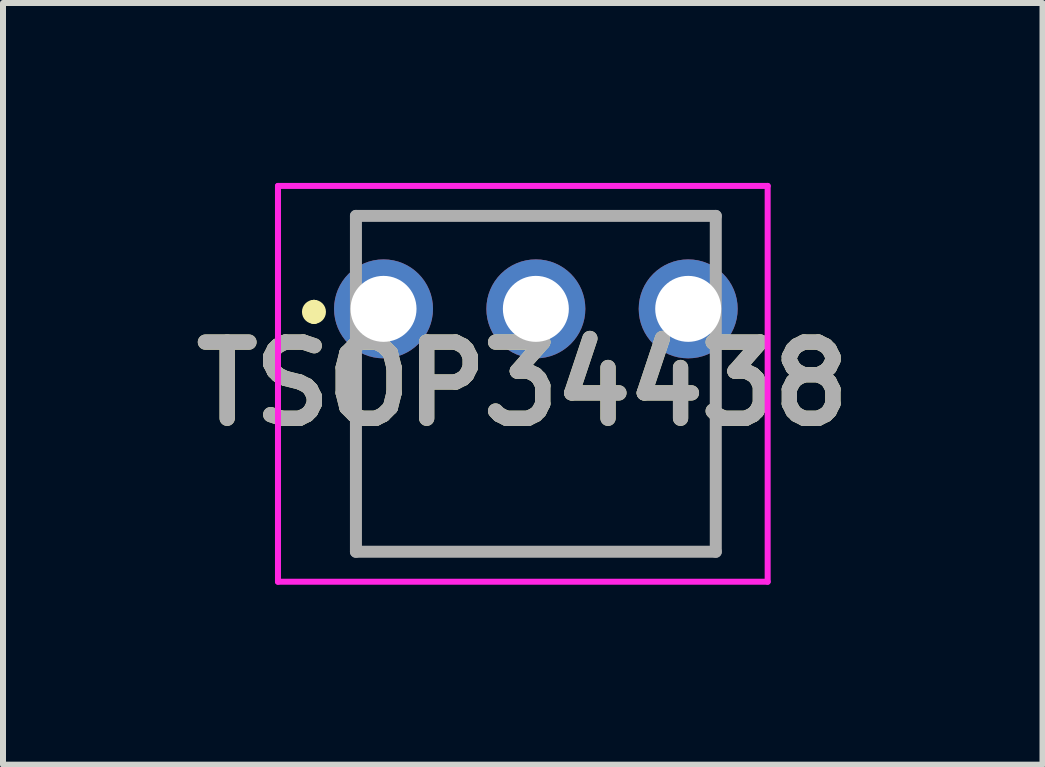
<source format=kicad_pcb>
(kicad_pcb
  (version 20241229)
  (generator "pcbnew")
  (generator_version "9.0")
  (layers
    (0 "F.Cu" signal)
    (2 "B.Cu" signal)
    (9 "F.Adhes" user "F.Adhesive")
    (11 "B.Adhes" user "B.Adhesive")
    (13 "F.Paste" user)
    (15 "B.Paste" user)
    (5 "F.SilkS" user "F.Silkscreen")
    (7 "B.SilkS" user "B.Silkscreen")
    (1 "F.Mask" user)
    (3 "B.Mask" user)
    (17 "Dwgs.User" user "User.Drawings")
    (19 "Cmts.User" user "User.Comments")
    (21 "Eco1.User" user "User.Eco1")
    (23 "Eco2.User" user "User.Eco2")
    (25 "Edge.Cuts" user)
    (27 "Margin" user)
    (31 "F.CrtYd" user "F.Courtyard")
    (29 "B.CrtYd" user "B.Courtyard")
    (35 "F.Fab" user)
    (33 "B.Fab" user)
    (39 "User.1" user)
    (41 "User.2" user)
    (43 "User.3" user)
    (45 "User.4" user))
  (footprint "TSOP34438"
    (layer "F.Cu")
    (at 3.345 2.1)
    (property "Reference" "TSOP34438" (at 2.322 1.25 0) (layer "F.SilkS") (effects (font (size 1.27 1.27) (thickness 0.254))))
    (attr through_hole)
    (fp_line (start -1.16 -0.05) (end -1.16 -0.05) (stroke (width 0.2) (type solid)) (layer "F.SilkS"))
    (fp_line (start -1.16 0.15) (end -1.16 0.15) (stroke (width 0.2) (type solid)) (layer "F.SilkS"))
    (fp_line (start -0.46 -1.55) (end 5.54 -1.55) (stroke (width 0.1) (type solid)) (layer "F.SilkS"))
    (fp_line (start -0.46 -1.05) (end -0.46 -1.55) (stroke (width 0.1) (type solid)) (layer "F.SilkS"))
    (fp_line (start -0.46 1.45) (end -0.46 4.05) (stroke (width 0.1) (type solid)) (layer "F.SilkS"))
    (fp_line (start -0.46 4.05) (end 5.54 4.05) (stroke (width 0.1) (type solid)) (layer "F.SilkS"))
    (fp_line (start 5.54 -1.55) (end 5.54 -1.05) (stroke (width 0.1) (type solid)) (layer "F.SilkS"))
    (fp_line (start 5.54 4.05) (end 5.54 1.45) (stroke (width 0.1) (type solid)) (layer "F.SilkS"))
    (fp_arc (start -1.16 -0.05) (mid -1.06 0.05) (end -1.16 0.15) (stroke (width 0.2) (type solid)) (layer "F.SilkS"))
    (fp_arc (start -1.16 0.15) (mid -1.26 0.05) (end -1.16 -0.05) (stroke (width 0.2) (type solid)) (layer "F.SilkS"))
    (fp_line (start -1.76 -2.05) (end 6.405 -2.05) (stroke (width 0.1) (type solid)) (layer "F.CrtYd"))
    (fp_line (start -1.76 4.55) (end -1.76 -2.05) (stroke (width 0.1) (type solid)) (layer "F.CrtYd"))
    (fp_line (start 6.405 -2.05) (end 6.405 4.55) (stroke (width 0.1) (type solid)) (layer "F.CrtYd"))
    (fp_line (start 6.405 4.55) (end -1.76 4.55) (stroke (width 0.1) (type solid)) (layer "F.CrtYd"))
    (fp_line (start -0.46 -1.55) (end 5.54 -1.55) (stroke (width 0.2) (type solid)) (layer "F.Fab"))
    (fp_line (start -0.46 4.05) (end -0.46 -1.55) (stroke (width 0.2) (type solid)) (layer "F.Fab"))
    (fp_line (start 5.54 -1.55) (end 5.54 4.05) (stroke (width 0.2) (type solid)) (layer "F.Fab"))
    (fp_line (start 5.54 4.05) (end -0.46 4.05) (stroke (width 0.2) (type solid)) (layer "F.Fab"))
    (fp_text user "${REFERENCE}" (at 2.322 1.25 0) (layer "F.Fab") (effects (font (size 1.27 1.27) (thickness 0.254))))
    (pad "1" thru_hole circle (at 0 0) (size 1.65 1.65) (drill 1.1) (layers "*.Cu" "*.Mask"))
    (pad "2" thru_hole circle (at 2.54 0) (size 1.65 1.65) (drill 1.1) (layers "*.Cu" "*.Mask"))
    (pad "3" thru_hole circle (at 5.08 0) (size 1.65 1.65) (drill 1.1) (layers "*.Cu" "*.Mask")))
  (gr_rect
    (start -3 -3)
    (end 14.333 9.7)
    (stroke (width 0.1) (type default))
    (fill no)
    (layer "Edge.Cuts")))
</source>
